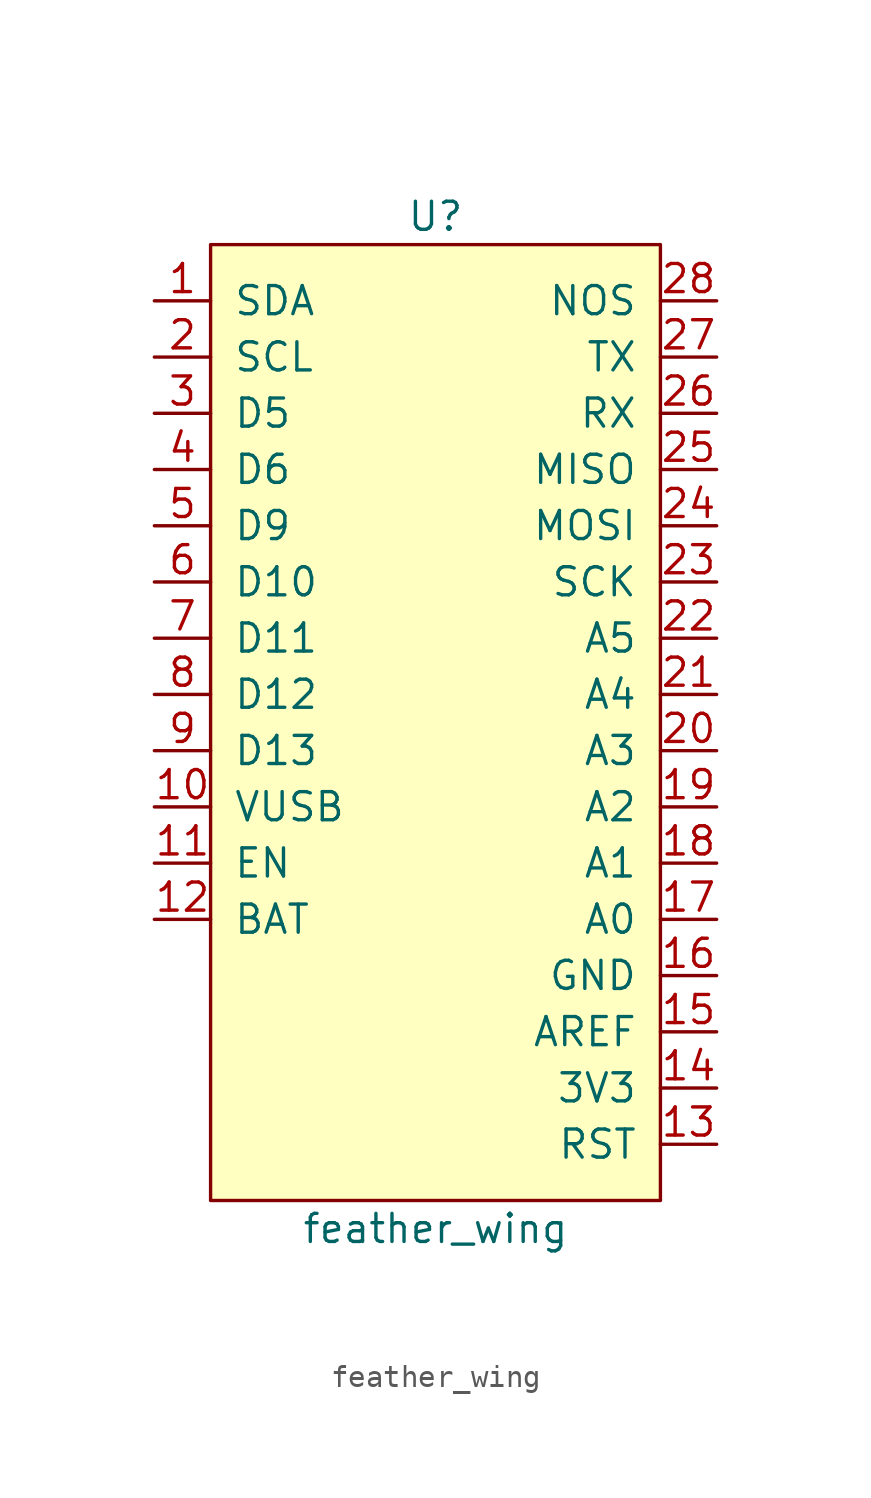
<source format=kicad_sym>
(kicad_symbol_lib
  (version 20220914)
  (generator kicad_symbol_editor)
  (symbol "feather_wing"
    (pin_names
      (offset 1.016))
    (property "Reference" "U"
      (at 0 22.86 0)
      (effects (font (size 1.27 1.27))))
    (property "Value" "feather_wing"
      (at 0 -22.86 0)
      (effects (font (size 1.27 1.27))))
    (symbol "feather_wing_0_1"
      (rectangle (start -10.16 21.59) (end 10.16 -21.59) (stroke (width 0) (type solid)) (fill (type background))))
    (symbol "feather_wing_1_1"
      (pin bidirectional line (at -12.7 19.05 0) (length 2.54) (name "SDA" (effects (font (size 1.27 1.27)))) (number "1" (effects (font (size 1.27 1.27)))))
      (pin power_in line (at -12.7 -3.81 0) (length 2.54) (name "VUSB" (effects (font (size 1.27 1.27)))) (number "10" (effects (font (size 1.27 1.27)))))
      (pin passive line (at -12.7 -6.35 0) (length 2.54) (name "EN" (effects (font (size 1.27 1.27)))) (number "11" (effects (font (size 1.27 1.27)))))
      (pin passive line (at -12.7 -8.89 0) (length 2.54) (name "BAT" (effects (font (size 1.27 1.27)))) (number "12" (effects (font (size 1.27 1.27)))))
      (pin passive line (at 12.7 -19.05 180) (length 2.54) (name "RST" (effects (font (size 1.27 1.27)))) (number "13" (effects (font (size 1.27 1.27)))))
      (pin passive line (at 12.7 -16.51 180) (length 2.54) (name "3V3" (effects (font (size 1.27 1.27)))) (number "14" (effects (font (size 1.27 1.27)))))
      (pin passive line (at 12.7 -13.97 180) (length 2.54) (name "AREF" (effects (font (size 1.27 1.27)))) (number "15" (effects (font (size 1.27 1.27)))))
      (pin power_in line (at 12.7 -11.43 180) (length 2.54) (name "GND" (effects (font (size 1.27 1.27)))) (number "16" (effects (font (size 1.27 1.27)))))
      (pin bidirectional line (at 12.7 -8.89 180) (length 2.54) (name "A0" (effects (font (size 1.27 1.27)))) (number "17" (effects (font (size 1.27 1.27)))))
      (pin bidirectional line (at 12.7 -6.35 180) (length 2.54) (name "A1" (effects (font (size 1.27 1.27)))) (number "18" (effects (font (size 1.27 1.27)))))
      (pin bidirectional line (at 12.7 -3.81 180) (length 2.54) (name "A2" (effects (font (size 1.27 1.27)))) (number "19" (effects (font (size 1.27 1.27)))))
      (pin bidirectional line (at -12.7 16.51 0) (length 2.54) (name "SCL" (effects (font (size 1.27 1.27)))) (number "2" (effects (font (size 1.27 1.27)))))
      (pin bidirectional line (at 12.7 -1.27 180) (length 2.54) (name "A3" (effects (font (size 1.27 1.27)))) (number "20" (effects (font (size 1.27 1.27)))))
      (pin bidirectional line (at 12.7 1.27 180) (length 2.54) (name "A4" (effects (font (size 1.27 1.27)))) (number "21" (effects (font (size 1.27 1.27)))))
      (pin bidirectional line (at 12.7 3.81 180) (length 2.54) (name "A5" (effects (font (size 1.27 1.27)))) (number "22" (effects (font (size 1.27 1.27)))))
      (pin bidirectional line (at 12.7 6.35 180) (length 2.54) (name "SCK" (effects (font (size 1.27 1.27)))) (number "23" (effects (font (size 1.27 1.27)))))
      (pin bidirectional line (at 12.7 8.89 180) (length 2.54) (name "MOSI" (effects (font (size 1.27 1.27)))) (number "24" (effects (font (size 1.27 1.27)))))
      (pin bidirectional line (at 12.7 11.43 180) (length 2.54) (name "MISO" (effects (font (size 1.27 1.27)))) (number "25" (effects (font (size 1.27 1.27)))))
      (pin bidirectional line (at 12.7 13.97 180) (length 2.54) (name "RX" (effects (font (size 1.27 1.27)))) (number "26" (effects (font (size 1.27 1.27)))))
      (pin bidirectional line (at 12.7 16.51 180) (length 2.54) (name "TX" (effects (font (size 1.27 1.27)))) (number "27" (effects (font (size 1.27 1.27)))))
      (pin bidirectional line (at 12.7 19.05 180) (length 2.54) (name "NOS" (effects (font (size 1.27 1.27)))) (number "28" (effects (font (size 1.27 1.27)))))
      (pin bidirectional line (at -12.7 13.97 0) (length 2.54) (name "D5" (effects (font (size 1.27 1.27)))) (number "3" (effects (font (size 1.27 1.27)))))
      (pin bidirectional line (at -12.7 11.43 0) (length 2.54) (name "D6" (effects (font (size 1.27 1.27)))) (number "4" (effects (font (size 1.27 1.27)))))
      (pin bidirectional line (at -12.7 8.89 0) (length 2.54) (name "D9" (effects (font (size 1.27 1.27)))) (number "5" (effects (font (size 1.27 1.27)))))
      (pin bidirectional line (at -12.7 6.35 0) (length 2.54) (name "D10" (effects (font (size 1.27 1.27)))) (number "6" (effects (font (size 1.27 1.27)))))
      (pin bidirectional line (at -12.7 3.81 0) (length 2.54) (name "D11" (effects (font (size 1.27 1.27)))) (number "7" (effects (font (size 1.27 1.27)))))
      (pin bidirectional line (at -12.7 1.27 0) (length 2.54) (name "D12" (effects (font (size 1.27 1.27)))) (number "8" (effects (font (size 1.27 1.27)))))
      (pin bidirectional line (at -12.7 -1.27 0) (length 2.54) (name "D13" (effects (font (size 1.27 1.27)))) (number "9" (effects (font (size 1.27 1.27))))))))
</source>
